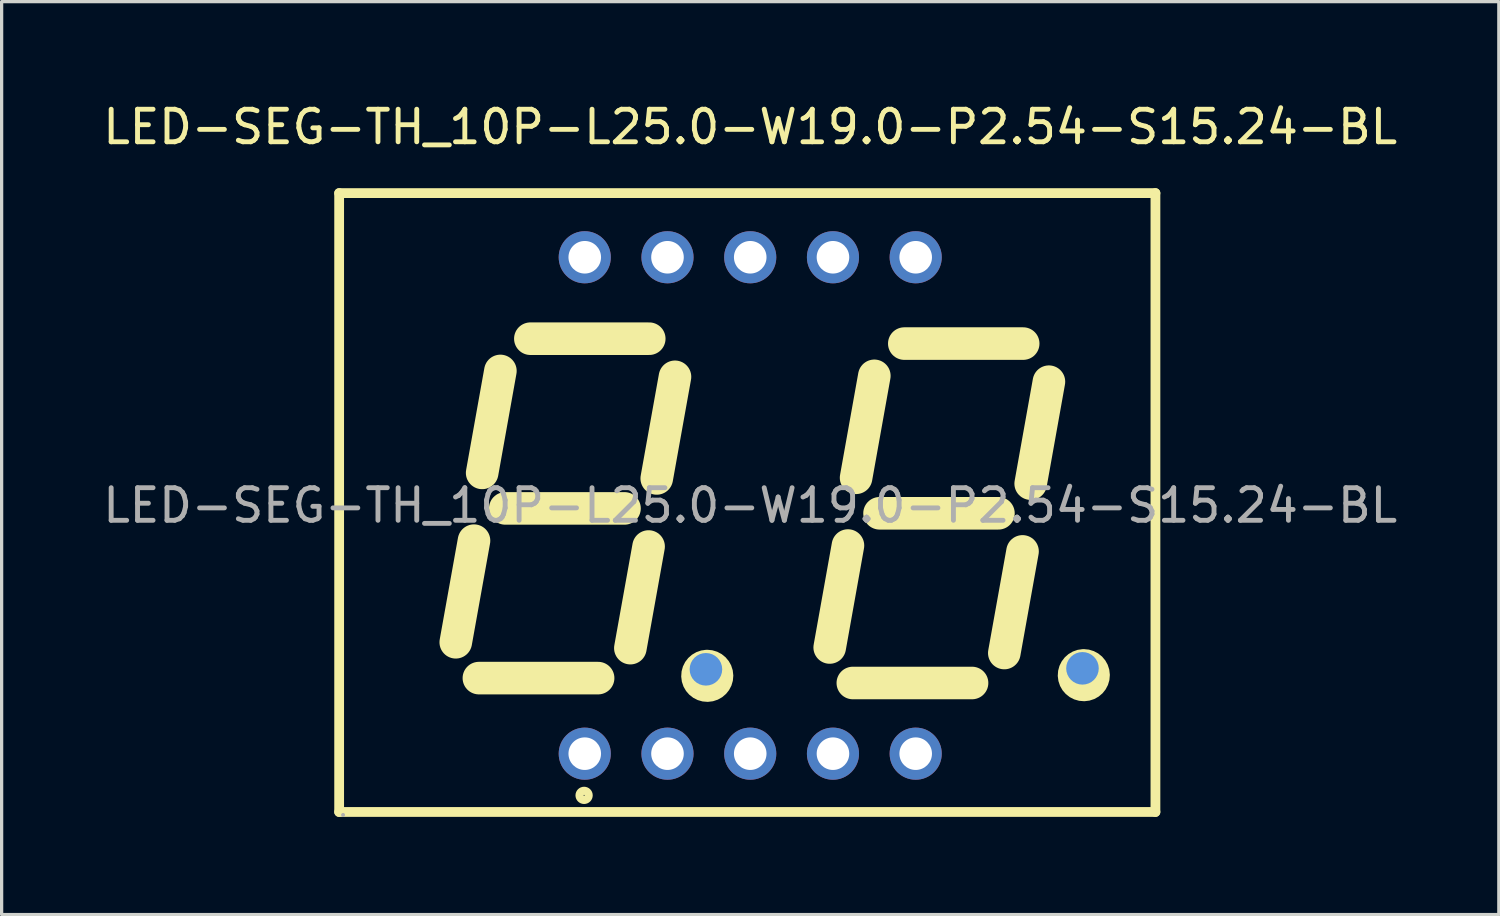
<source format=kicad_pcb>
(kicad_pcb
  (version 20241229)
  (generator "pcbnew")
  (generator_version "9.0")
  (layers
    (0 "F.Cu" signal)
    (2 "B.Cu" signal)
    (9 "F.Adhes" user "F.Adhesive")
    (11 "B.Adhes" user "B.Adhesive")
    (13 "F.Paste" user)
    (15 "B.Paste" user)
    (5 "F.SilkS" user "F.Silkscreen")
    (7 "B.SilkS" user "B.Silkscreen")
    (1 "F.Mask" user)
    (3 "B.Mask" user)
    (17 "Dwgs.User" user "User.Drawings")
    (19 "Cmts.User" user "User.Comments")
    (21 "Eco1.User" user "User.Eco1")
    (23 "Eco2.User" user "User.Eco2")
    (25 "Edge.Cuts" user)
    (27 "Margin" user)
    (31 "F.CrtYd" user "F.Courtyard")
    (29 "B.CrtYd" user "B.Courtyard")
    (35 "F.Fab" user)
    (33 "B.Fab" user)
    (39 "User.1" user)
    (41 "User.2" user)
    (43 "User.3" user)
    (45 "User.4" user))
  (footprint "LED-SEG-TH_10P-L25.0-W19.0-P2.54-S15.24-BL"
    (layer "F.Cu")
    (at 19.982 12.468)
    (property "Reference" "LED-SEG-TH_10P-L25.0-W19.0-P2.54-S15.24-BL" (at 0 -11.62 0) (layer "F.SilkS") (effects (font (size 1 1) (thickness 0.15))))
    (attr through_hole)
    (fp_line (start -12.62 -9.59) (end -12.62 9.41) (stroke (width 0.3) (type solid)) (layer "F.SilkS"))
    (fp_line (start -12.62 9.41) (end 12.44 9.41) (stroke (width 0.3) (type solid)) (layer "F.SilkS"))
    (fp_line (start -9.04 4.2) (end -8.48 1.08) (stroke (width 1) (type solid)) (layer "F.SilkS"))
    (fp_line (start -8.23 -1) (end -7.67 -4.13) (stroke (width 1) (type solid)) (layer "F.SilkS"))
    (fp_line (start -4.67 5.3) (end -8.33 5.3) (stroke (width 1) (type solid)) (layer "F.SilkS"))
    (fp_line (start -3.86 0.09) (end -7.52 0.09) (stroke (width 1) (type solid)) (layer "F.SilkS"))
    (fp_line (start -3.68 4.38) (end -3.12 1.26) (stroke (width 1) (type solid)) (layer "F.SilkS"))
    (fp_line (start -3.1 -5.12) (end -6.75 -5.12) (stroke (width 1) (type solid)) (layer "F.SilkS"))
    (fp_line (start -2.87 -0.83) (end -2.31 -3.95) (stroke (width 1) (type solid)) (layer "F.SilkS"))
    (fp_line (start 2.44 4.36) (end 3 1.23) (stroke (width 1) (type solid)) (layer "F.SilkS"))
    (fp_line (start 3.25 -0.85) (end 3.81 -3.98) (stroke (width 1) (type solid)) (layer "F.SilkS"))
    (fp_line (start 6.81 5.45) (end 3.15 5.45) (stroke (width 1) (type solid)) (layer "F.SilkS"))
    (fp_line (start 7.62 0.24) (end 3.97 0.24) (stroke (width 1) (type solid)) (layer "F.SilkS"))
    (fp_line (start 7.8 4.53) (end 8.36 1.41) (stroke (width 1) (type solid)) (layer "F.SilkS"))
    (fp_line (start 8.38 -4.97) (end 4.73 -4.97) (stroke (width 1) (type solid)) (layer "F.SilkS"))
    (fp_line (start 8.61 -0.67) (end 9.17 -3.8) (stroke (width 1) (type solid)) (layer "F.SilkS"))
    (fp_line (start 12.44 -9.59) (end -12.62 -9.59) (stroke (width 0.3) (type solid)) (layer "F.SilkS"))
    (fp_line (start 12.44 9.41) (end 12.44 -9.59) (stroke (width 0.3) (type solid)) (layer "F.SilkS"))
    (fp_arc (start -1.32 4.93) (mid -1.315 5.529958) (end -1.329999 4.930167) (stroke (width 1) (type solid)) (layer "F.SilkS"))
    (fp_arc (start 10.24 4.91) (mid 10.245 5.509958) (end 10.230001 4.910167) (stroke (width 1) (type solid)) (layer "F.SilkS"))
    (fp_circle (center -5.1 8.9) (end -4.96 8.9) (stroke (width 0.25) (type solid)) (fill no) (layer "F.SilkS"))
    (fp_circle (center -1.36 5.03) (end -1.11 5.03) (stroke (width 0.5) (type solid)) (fill no) (layer "Cmts.User"))
    (fp_circle (center 10.2 5) (end 10.45 5) (stroke (width 0.5) (type solid)) (fill no) (layer "Cmts.User"))
    (fp_circle (center -12.5 9.5) (end -12.47 9.5) (stroke (width 0.06) (type solid)) (fill no) (layer "F.Fab"))
    (fp_circle (center -5.08 -7.62) (end -4.93 -7.62) (stroke (width 0.3) (type solid)) (fill no) (layer "F.Fab"))
    (fp_circle (center -5.08 7.62) (end -4.93 7.62) (stroke (width 0.3) (type solid)) (fill no) (layer "F.Fab"))
    (fp_circle (center -2.54 -7.62) (end -2.39 -7.62) (stroke (width 0.3) (type solid)) (fill no) (layer "F.Fab"))
    (fp_circle (center -2.54 7.62) (end -2.39 7.62) (stroke (width 0.3) (type solid)) (fill no) (layer "F.Fab"))
    (fp_circle (center 0 -7.62) (end 0.15 -7.62) (stroke (width 0.3) (type solid)) (fill no) (layer "F.Fab"))
    (fp_circle (center 0 7.62) (end 0.15 7.62) (stroke (width 0.3) (type solid)) (fill no) (layer "F.Fab"))
    (fp_circle (center 2.54 -7.62) (end 2.69 -7.62) (stroke (width 0.3) (type solid)) (fill no) (layer "F.Fab"))
    (fp_circle (center 2.54 7.62) (end 2.69 7.62) (stroke (width 0.3) (type solid)) (fill no) (layer "F.Fab"))
    (fp_circle (center 5.08 -7.62) (end 5.23 -7.62) (stroke (width 0.3) (type solid)) (fill no) (layer "F.Fab"))
    (fp_circle (center 5.08 7.62) (end 5.23 7.62) (stroke (width 0.3) (type solid)) (fill no) (layer "F.Fab"))
    (fp_text user "${REFERENCE}" (at 0 0 0) (layer "F.Fab") (effects (font (size 1 1) (thickness 0.15))))
    (pad "1" thru_hole circle (at -5.08 7.62 270) (size 1.6 1.6) (drill 1) (layers "*.Cu" "*.Paste" "*.Mask"))
    (pad "2" thru_hole circle (at -2.54 7.62 270) (size 1.6 1.6) (drill 1) (layers "*.Cu" "*.Paste" "*.Mask"))
    (pad "3" thru_hole circle (at 0 7.62 270) (size 1.6 1.6) (drill 1) (layers "*.Cu" "*.Paste" "*.Mask"))
    (pad "4" thru_hole circle (at 2.54 7.62 270) (size 1.6 1.6) (drill 1) (layers "*.Cu" "*.Paste" "*.Mask"))
    (pad "5" thru_hole circle (at 5.08 7.62 270) (size 1.6 1.6) (drill 1) (layers "*.Cu" "*.Paste" "*.Mask"))
    (pad "6" thru_hole circle (at 5.08 -7.62 270) (size 1.6 1.6) (drill 1) (layers "*.Cu" "*.Paste" "*.Mask"))
    (pad "7" thru_hole circle (at 2.54 -7.62 270) (size 1.6 1.6) (drill 1) (layers "*.Cu" "*.Paste" "*.Mask"))
    (pad "8" thru_hole circle (at 0 -7.62 270) (size 1.6 1.6) (drill 1) (layers "*.Cu" "*.Paste" "*.Mask"))
    (pad "9" thru_hole circle (at -2.54 -7.62 270) (size 1.6 1.6) (drill 1) (layers "*.Cu" "*.Paste" "*.Mask"))
    (pad "10" thru_hole circle (at -5.08 -7.62 270) (size 1.6 1.6) (drill 1) (layers "*.Cu" "*.Paste" "*.Mask")))
  (gr_rect
    (start -3 -3)
    (end 42.964 25.028)
    (stroke (width 0.1) (type default))
    (fill no)
    (layer "Edge.Cuts")))
</source>
